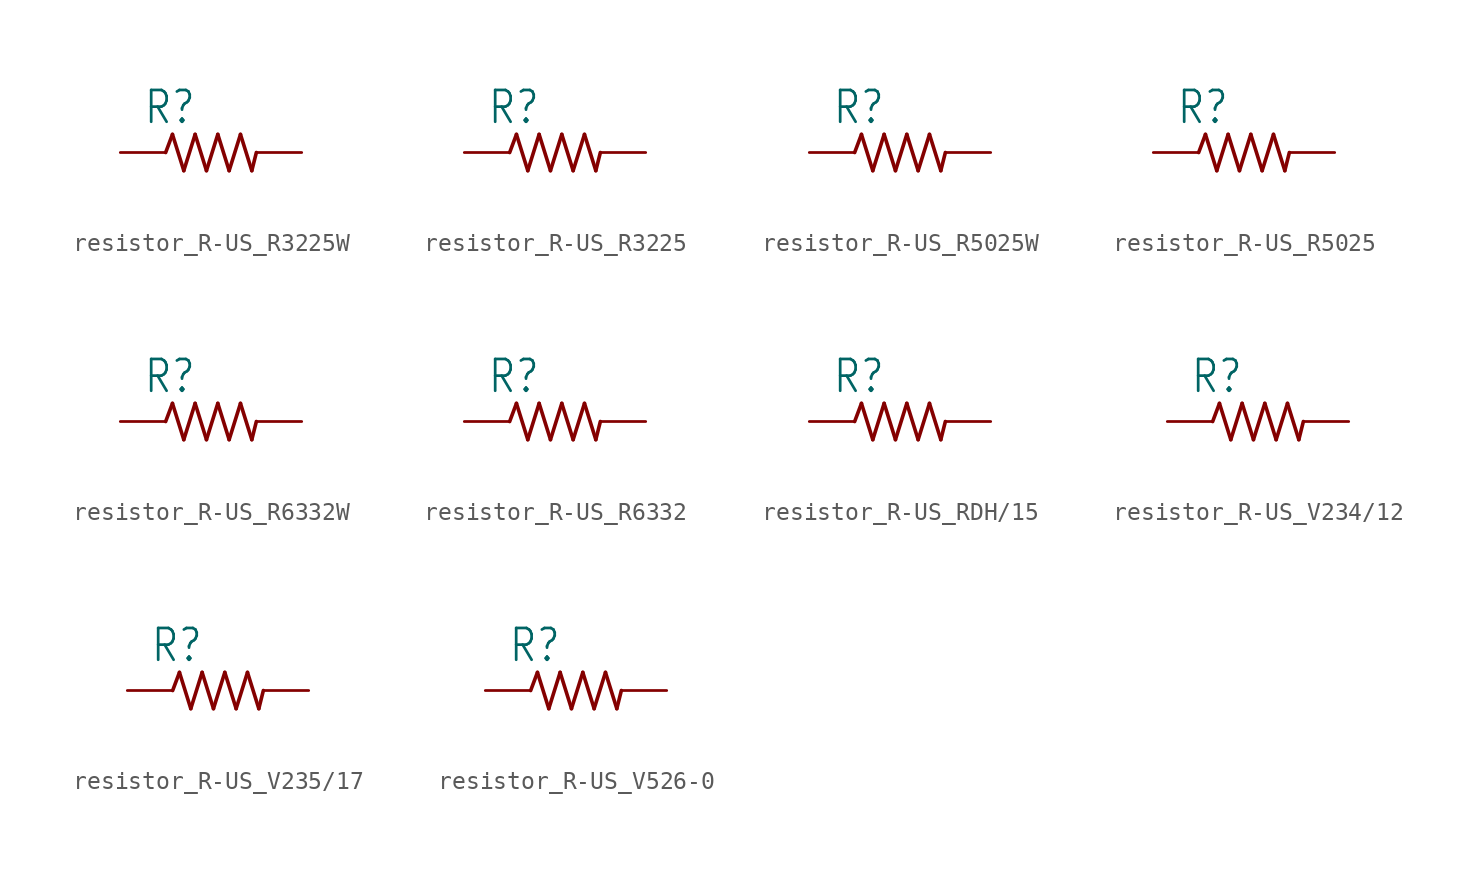
<source format=kicad_sym>
(kicad_symbol_lib
  (version 20231120)
  (generator "kicad_symbol_editor")
  (generator_version "8.0")
  (symbol "resistor_R-US_R3225W"
    (property "Reference" "R"
      (at -3.81 1.499 0)
      (effects (font (size 1.778 1.511)) (justify left bottom)))
    (property "Value" ""
      (at -3.81 -3.302 0)
      (effects (font (size 1.778 1.511)) (justify left bottom)))
    (property "ki_locked" ""
      (at 0 0 0)
      (effects (font (size 1.27 1.27))))
    (symbol "resistor_R-US_R3225W_1_0"
      (polyline (pts (xy -2.54 0) (xy -2.159 1.016)) (stroke (width 0.203) (type solid)) (fill (type none)))
      (polyline (pts (xy -2.159 1.016) (xy -1.524 -1.016)) (stroke (width 0.203) (type solid)) (fill (type none)))
      (polyline (pts (xy -1.524 -1.016) (xy -0.889 1.016)) (stroke (width 0.203) (type solid)) (fill (type none)))
      (polyline (pts (xy -0.889 1.016) (xy -0.254 -1.016)) (stroke (width 0.203) (type solid)) (fill (type none)))
      (polyline (pts (xy -0.254 -1.016) (xy 0.381 1.016)) (stroke (width 0.203) (type solid)) (fill (type none)))
      (polyline (pts (xy 0.381 1.016) (xy 1.016 -1.016)) (stroke (width 0.203) (type solid)) (fill (type none)))
      (polyline (pts (xy 1.016 -1.016) (xy 1.651 1.016)) (stroke (width 0.203) (type solid)) (fill (type none)))
      (polyline (pts (xy 1.651 1.016) (xy 2.286 -1.016)) (stroke (width 0.203) (type solid)) (fill (type none)))
      (polyline (pts (xy 2.286 -1.016) (xy 2.54 0)) (stroke (width 0.203) (type solid)) (fill (type none)))
      (pin passive line (at -5.08 0 0) (length 2.54) (name "1" (effects (font (size 0 0)))) (number "1" (effects (font (size 0 0)))))
      (pin passive line (at 5.08 0 180) (length 2.54) (name "2" (effects (font (size 0 0)))) (number "2" (effects (font (size 0 0)))))))
  (symbol "resistor_R-US_R3225"
    (property "Reference" "R"
      (at -3.81 1.499 0)
      (effects (font (size 1.778 1.511)) (justify left bottom)))
    (property "Value" ""
      (at -3.81 -3.302 0)
      (effects (font (size 1.778 1.511)) (justify left bottom)))
    (property "ki_locked" ""
      (at 0 0 0)
      (effects (font (size 1.27 1.27))))
    (symbol "resistor_R-US_R3225_1_0"
      (polyline (pts (xy -2.54 0) (xy -2.159 1.016)) (stroke (width 0.203) (type solid)) (fill (type none)))
      (polyline (pts (xy -2.159 1.016) (xy -1.524 -1.016)) (stroke (width 0.203) (type solid)) (fill (type none)))
      (polyline (pts (xy -1.524 -1.016) (xy -0.889 1.016)) (stroke (width 0.203) (type solid)) (fill (type none)))
      (polyline (pts (xy -0.889 1.016) (xy -0.254 -1.016)) (stroke (width 0.203) (type solid)) (fill (type none)))
      (polyline (pts (xy -0.254 -1.016) (xy 0.381 1.016)) (stroke (width 0.203) (type solid)) (fill (type none)))
      (polyline (pts (xy 0.381 1.016) (xy 1.016 -1.016)) (stroke (width 0.203) (type solid)) (fill (type none)))
      (polyline (pts (xy 1.016 -1.016) (xy 1.651 1.016)) (stroke (width 0.203) (type solid)) (fill (type none)))
      (polyline (pts (xy 1.651 1.016) (xy 2.286 -1.016)) (stroke (width 0.203) (type solid)) (fill (type none)))
      (polyline (pts (xy 2.286 -1.016) (xy 2.54 0)) (stroke (width 0.203) (type solid)) (fill (type none)))
      (pin passive line (at -5.08 0 0) (length 2.54) (name "1" (effects (font (size 0 0)))) (number "1" (effects (font (size 0 0)))))
      (pin passive line (at 5.08 0 180) (length 2.54) (name "2" (effects (font (size 0 0)))) (number "2" (effects (font (size 0 0)))))))
  (symbol "resistor_R-US_R5025W"
    (property "Reference" "R"
      (at -3.81 1.499 0)
      (effects (font (size 1.778 1.511)) (justify left bottom)))
    (property "Value" ""
      (at -3.81 -3.302 0)
      (effects (font (size 1.778 1.511)) (justify left bottom)))
    (property "ki_locked" ""
      (at 0 0 0)
      (effects (font (size 1.27 1.27))))
    (symbol "resistor_R-US_R5025W_1_0"
      (polyline (pts (xy -2.54 0) (xy -2.159 1.016)) (stroke (width 0.203) (type solid)) (fill (type none)))
      (polyline (pts (xy -2.159 1.016) (xy -1.524 -1.016)) (stroke (width 0.203) (type solid)) (fill (type none)))
      (polyline (pts (xy -1.524 -1.016) (xy -0.889 1.016)) (stroke (width 0.203) (type solid)) (fill (type none)))
      (polyline (pts (xy -0.889 1.016) (xy -0.254 -1.016)) (stroke (width 0.203) (type solid)) (fill (type none)))
      (polyline (pts (xy -0.254 -1.016) (xy 0.381 1.016)) (stroke (width 0.203) (type solid)) (fill (type none)))
      (polyline (pts (xy 0.381 1.016) (xy 1.016 -1.016)) (stroke (width 0.203) (type solid)) (fill (type none)))
      (polyline (pts (xy 1.016 -1.016) (xy 1.651 1.016)) (stroke (width 0.203) (type solid)) (fill (type none)))
      (polyline (pts (xy 1.651 1.016) (xy 2.286 -1.016)) (stroke (width 0.203) (type solid)) (fill (type none)))
      (polyline (pts (xy 2.286 -1.016) (xy 2.54 0)) (stroke (width 0.203) (type solid)) (fill (type none)))
      (pin passive line (at -5.08 0 0) (length 2.54) (name "1" (effects (font (size 0 0)))) (number "1" (effects (font (size 0 0)))))
      (pin passive line (at 5.08 0 180) (length 2.54) (name "2" (effects (font (size 0 0)))) (number "2" (effects (font (size 0 0)))))))
  (symbol "resistor_R-US_R5025"
    (property "Reference" "R"
      (at -3.81 1.499 0)
      (effects (font (size 1.778 1.511)) (justify left bottom)))
    (property "Value" ""
      (at -3.81 -3.302 0)
      (effects (font (size 1.778 1.511)) (justify left bottom)))
    (property "ki_locked" ""
      (at 0 0 0)
      (effects (font (size 1.27 1.27))))
    (symbol "resistor_R-US_R5025_1_0"
      (polyline (pts (xy -2.54 0) (xy -2.159 1.016)) (stroke (width 0.203) (type solid)) (fill (type none)))
      (polyline (pts (xy -2.159 1.016) (xy -1.524 -1.016)) (stroke (width 0.203) (type solid)) (fill (type none)))
      (polyline (pts (xy -1.524 -1.016) (xy -0.889 1.016)) (stroke (width 0.203) (type solid)) (fill (type none)))
      (polyline (pts (xy -0.889 1.016) (xy -0.254 -1.016)) (stroke (width 0.203) (type solid)) (fill (type none)))
      (polyline (pts (xy -0.254 -1.016) (xy 0.381 1.016)) (stroke (width 0.203) (type solid)) (fill (type none)))
      (polyline (pts (xy 0.381 1.016) (xy 1.016 -1.016)) (stroke (width 0.203) (type solid)) (fill (type none)))
      (polyline (pts (xy 1.016 -1.016) (xy 1.651 1.016)) (stroke (width 0.203) (type solid)) (fill (type none)))
      (polyline (pts (xy 1.651 1.016) (xy 2.286 -1.016)) (stroke (width 0.203) (type solid)) (fill (type none)))
      (polyline (pts (xy 2.286 -1.016) (xy 2.54 0)) (stroke (width 0.203) (type solid)) (fill (type none)))
      (pin passive line (at -5.08 0 0) (length 2.54) (name "1" (effects (font (size 0 0)))) (number "1" (effects (font (size 0 0)))))
      (pin passive line (at 5.08 0 180) (length 2.54) (name "2" (effects (font (size 0 0)))) (number "2" (effects (font (size 0 0)))))))
  (symbol "resistor_R-US_R6332W"
    (property "Reference" "R"
      (at -3.81 1.499 0)
      (effects (font (size 1.778 1.511)) (justify left bottom)))
    (property "Value" ""
      (at -3.81 -3.302 0)
      (effects (font (size 1.778 1.511)) (justify left bottom)))
    (property "ki_locked" ""
      (at 0 0 0)
      (effects (font (size 1.27 1.27))))
    (symbol "resistor_R-US_R6332W_1_0"
      (polyline (pts (xy -2.54 0) (xy -2.159 1.016)) (stroke (width 0.203) (type solid)) (fill (type none)))
      (polyline (pts (xy -2.159 1.016) (xy -1.524 -1.016)) (stroke (width 0.203) (type solid)) (fill (type none)))
      (polyline (pts (xy -1.524 -1.016) (xy -0.889 1.016)) (stroke (width 0.203) (type solid)) (fill (type none)))
      (polyline (pts (xy -0.889 1.016) (xy -0.254 -1.016)) (stroke (width 0.203) (type solid)) (fill (type none)))
      (polyline (pts (xy -0.254 -1.016) (xy 0.381 1.016)) (stroke (width 0.203) (type solid)) (fill (type none)))
      (polyline (pts (xy 0.381 1.016) (xy 1.016 -1.016)) (stroke (width 0.203) (type solid)) (fill (type none)))
      (polyline (pts (xy 1.016 -1.016) (xy 1.651 1.016)) (stroke (width 0.203) (type solid)) (fill (type none)))
      (polyline (pts (xy 1.651 1.016) (xy 2.286 -1.016)) (stroke (width 0.203) (type solid)) (fill (type none)))
      (polyline (pts (xy 2.286 -1.016) (xy 2.54 0)) (stroke (width 0.203) (type solid)) (fill (type none)))
      (pin passive line (at -5.08 0 0) (length 2.54) (name "1" (effects (font (size 0 0)))) (number "1" (effects (font (size 0 0)))))
      (pin passive line (at 5.08 0 180) (length 2.54) (name "2" (effects (font (size 0 0)))) (number "2" (effects (font (size 0 0)))))))
  (symbol "resistor_R-US_R6332"
    (property "Reference" "R"
      (at -3.81 1.499 0)
      (effects (font (size 1.778 1.511)) (justify left bottom)))
    (property "Value" ""
      (at -3.81 -3.302 0)
      (effects (font (size 1.778 1.511)) (justify left bottom)))
    (property "ki_locked" ""
      (at 0 0 0)
      (effects (font (size 1.27 1.27))))
    (symbol "resistor_R-US_R6332_1_0"
      (polyline (pts (xy -2.54 0) (xy -2.159 1.016)) (stroke (width 0.203) (type solid)) (fill (type none)))
      (polyline (pts (xy -2.159 1.016) (xy -1.524 -1.016)) (stroke (width 0.203) (type solid)) (fill (type none)))
      (polyline (pts (xy -1.524 -1.016) (xy -0.889 1.016)) (stroke (width 0.203) (type solid)) (fill (type none)))
      (polyline (pts (xy -0.889 1.016) (xy -0.254 -1.016)) (stroke (width 0.203) (type solid)) (fill (type none)))
      (polyline (pts (xy -0.254 -1.016) (xy 0.381 1.016)) (stroke (width 0.203) (type solid)) (fill (type none)))
      (polyline (pts (xy 0.381 1.016) (xy 1.016 -1.016)) (stroke (width 0.203) (type solid)) (fill (type none)))
      (polyline (pts (xy 1.016 -1.016) (xy 1.651 1.016)) (stroke (width 0.203) (type solid)) (fill (type none)))
      (polyline (pts (xy 1.651 1.016) (xy 2.286 -1.016)) (stroke (width 0.203) (type solid)) (fill (type none)))
      (polyline (pts (xy 2.286 -1.016) (xy 2.54 0)) (stroke (width 0.203) (type solid)) (fill (type none)))
      (pin passive line (at -5.08 0 0) (length 2.54) (name "1" (effects (font (size 0 0)))) (number "1" (effects (font (size 0 0)))))
      (pin passive line (at 5.08 0 180) (length 2.54) (name "2" (effects (font (size 0 0)))) (number "2" (effects (font (size 0 0)))))))
  (symbol "resistor_R-US_RDH/15"
    (property "Reference" "R"
      (at -3.81 1.499 0)
      (effects (font (size 1.778 1.511)) (justify left bottom)))
    (property "Value" ""
      (at -3.81 -3.302 0)
      (effects (font (size 1.778 1.511)) (justify left bottom)))
    (property "ki_locked" ""
      (at 0 0 0)
      (effects (font (size 1.27 1.27))))
    (symbol "resistor_R-US_RDH/15_1_0"
      (polyline (pts (xy -2.54 0) (xy -2.159 1.016)) (stroke (width 0.203) (type solid)) (fill (type none)))
      (polyline (pts (xy -2.159 1.016) (xy -1.524 -1.016)) (stroke (width 0.203) (type solid)) (fill (type none)))
      (polyline (pts (xy -1.524 -1.016) (xy -0.889 1.016)) (stroke (width 0.203) (type solid)) (fill (type none)))
      (polyline (pts (xy -0.889 1.016) (xy -0.254 -1.016)) (stroke (width 0.203) (type solid)) (fill (type none)))
      (polyline (pts (xy -0.254 -1.016) (xy 0.381 1.016)) (stroke (width 0.203) (type solid)) (fill (type none)))
      (polyline (pts (xy 0.381 1.016) (xy 1.016 -1.016)) (stroke (width 0.203) (type solid)) (fill (type none)))
      (polyline (pts (xy 1.016 -1.016) (xy 1.651 1.016)) (stroke (width 0.203) (type solid)) (fill (type none)))
      (polyline (pts (xy 1.651 1.016) (xy 2.286 -1.016)) (stroke (width 0.203) (type solid)) (fill (type none)))
      (polyline (pts (xy 2.286 -1.016) (xy 2.54 0)) (stroke (width 0.203) (type solid)) (fill (type none)))
      (pin passive line (at -5.08 0 0) (length 2.54) (name "1" (effects (font (size 0 0)))) (number "1" (effects (font (size 0 0)))))
      (pin passive line (at 5.08 0 180) (length 2.54) (name "2" (effects (font (size 0 0)))) (number "2" (effects (font (size 0 0)))))))
  (symbol "resistor_R-US_V234/12"
    (property "Reference" "R"
      (at -3.81 1.499 0)
      (effects (font (size 1.778 1.511)) (justify left bottom)))
    (property "Value" ""
      (at -3.81 -3.302 0)
      (effects (font (size 1.778 1.511)) (justify left bottom)))
    (property "ki_locked" ""
      (at 0 0 0)
      (effects (font (size 1.27 1.27))))
    (symbol "resistor_R-US_V234/12_1_0"
      (polyline (pts (xy -2.54 0) (xy -2.159 1.016)) (stroke (width 0.203) (type solid)) (fill (type none)))
      (polyline (pts (xy -2.159 1.016) (xy -1.524 -1.016)) (stroke (width 0.203) (type solid)) (fill (type none)))
      (polyline (pts (xy -1.524 -1.016) (xy -0.889 1.016)) (stroke (width 0.203) (type solid)) (fill (type none)))
      (polyline (pts (xy -0.889 1.016) (xy -0.254 -1.016)) (stroke (width 0.203) (type solid)) (fill (type none)))
      (polyline (pts (xy -0.254 -1.016) (xy 0.381 1.016)) (stroke (width 0.203) (type solid)) (fill (type none)))
      (polyline (pts (xy 0.381 1.016) (xy 1.016 -1.016)) (stroke (width 0.203) (type solid)) (fill (type none)))
      (polyline (pts (xy 1.016 -1.016) (xy 1.651 1.016)) (stroke (width 0.203) (type solid)) (fill (type none)))
      (polyline (pts (xy 1.651 1.016) (xy 2.286 -1.016)) (stroke (width 0.203) (type solid)) (fill (type none)))
      (polyline (pts (xy 2.286 -1.016) (xy 2.54 0)) (stroke (width 0.203) (type solid)) (fill (type none)))
      (pin passive line (at -5.08 0 0) (length 2.54) (name "1" (effects (font (size 0 0)))) (number "1" (effects (font (size 0 0)))))
      (pin passive line (at 5.08 0 180) (length 2.54) (name "2" (effects (font (size 0 0)))) (number "2" (effects (font (size 0 0)))))))
  (symbol "resistor_R-US_V235/17"
    (property "Reference" "R"
      (at -3.81 1.499 0)
      (effects (font (size 1.778 1.511)) (justify left bottom)))
    (property "Value" ""
      (at -3.81 -3.302 0)
      (effects (font (size 1.778 1.511)) (justify left bottom)))
    (property "ki_locked" ""
      (at 0 0 0)
      (effects (font (size 1.27 1.27))))
    (symbol "resistor_R-US_V235/17_1_0"
      (polyline (pts (xy -2.54 0) (xy -2.159 1.016)) (stroke (width 0.203) (type solid)) (fill (type none)))
      (polyline (pts (xy -2.159 1.016) (xy -1.524 -1.016)) (stroke (width 0.203) (type solid)) (fill (type none)))
      (polyline (pts (xy -1.524 -1.016) (xy -0.889 1.016)) (stroke (width 0.203) (type solid)) (fill (type none)))
      (polyline (pts (xy -0.889 1.016) (xy -0.254 -1.016)) (stroke (width 0.203) (type solid)) (fill (type none)))
      (polyline (pts (xy -0.254 -1.016) (xy 0.381 1.016)) (stroke (width 0.203) (type solid)) (fill (type none)))
      (polyline (pts (xy 0.381 1.016) (xy 1.016 -1.016)) (stroke (width 0.203) (type solid)) (fill (type none)))
      (polyline (pts (xy 1.016 -1.016) (xy 1.651 1.016)) (stroke (width 0.203) (type solid)) (fill (type none)))
      (polyline (pts (xy 1.651 1.016) (xy 2.286 -1.016)) (stroke (width 0.203) (type solid)) (fill (type none)))
      (polyline (pts (xy 2.286 -1.016) (xy 2.54 0)) (stroke (width 0.203) (type solid)) (fill (type none)))
      (pin passive line (at -5.08 0 0) (length 2.54) (name "1" (effects (font (size 0 0)))) (number "1" (effects (font (size 0 0)))))
      (pin passive line (at 5.08 0 180) (length 2.54) (name "2" (effects (font (size 0 0)))) (number "2" (effects (font (size 0 0)))))))
  (symbol "resistor_R-US_V526-0"
    (property "Reference" "R"
      (at -3.81 1.499 0)
      (effects (font (size 1.778 1.511)) (justify left bottom)))
    (property "Value" ""
      (at -3.81 -3.302 0)
      (effects (font (size 1.778 1.511)) (justify left bottom)))
    (property "ki_locked" ""
      (at 0 0 0)
      (effects (font (size 1.27 1.27))))
    (symbol "resistor_R-US_V526-0_1_0"
      (polyline (pts (xy -2.54 0) (xy -2.159 1.016)) (stroke (width 0.203) (type solid)) (fill (type none)))
      (polyline (pts (xy -2.159 1.016) (xy -1.524 -1.016)) (stroke (width 0.203) (type solid)) (fill (type none)))
      (polyline (pts (xy -1.524 -1.016) (xy -0.889 1.016)) (stroke (width 0.203) (type solid)) (fill (type none)))
      (polyline (pts (xy -0.889 1.016) (xy -0.254 -1.016)) (stroke (width 0.203) (type solid)) (fill (type none)))
      (polyline (pts (xy -0.254 -1.016) (xy 0.381 1.016)) (stroke (width 0.203) (type solid)) (fill (type none)))
      (polyline (pts (xy 0.381 1.016) (xy 1.016 -1.016)) (stroke (width 0.203) (type solid)) (fill (type none)))
      (polyline (pts (xy 1.016 -1.016) (xy 1.651 1.016)) (stroke (width 0.203) (type solid)) (fill (type none)))
      (polyline (pts (xy 1.651 1.016) (xy 2.286 -1.016)) (stroke (width 0.203) (type solid)) (fill (type none)))
      (polyline (pts (xy 2.286 -1.016) (xy 2.54 0)) (stroke (width 0.203) (type solid)) (fill (type none)))
      (pin passive line (at -5.08 0 0) (length 2.54) (name "1" (effects (font (size 0 0)))) (number "1" (effects (font (size 0 0)))))
      (pin passive line (at 5.08 0 180) (length 2.54) (name "2" (effects (font (size 0 0)))) (number "2" (effects (font (size 0 0))))))))
</source>
